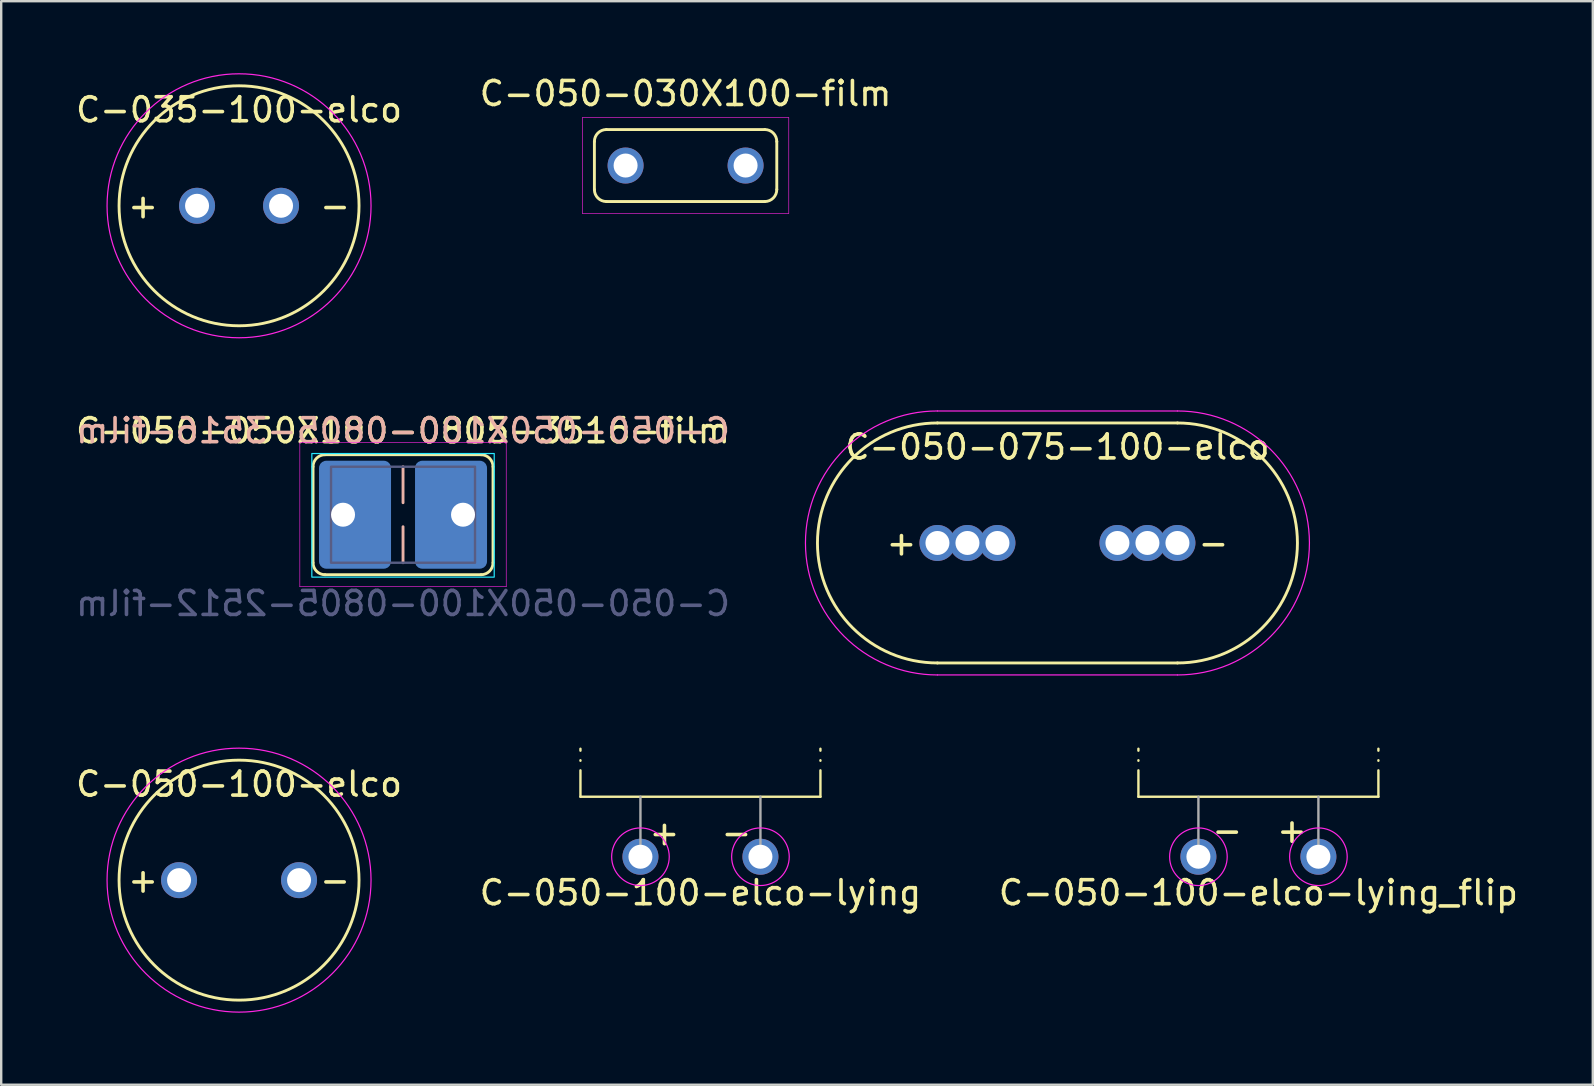
<source format=kicad_pcb>
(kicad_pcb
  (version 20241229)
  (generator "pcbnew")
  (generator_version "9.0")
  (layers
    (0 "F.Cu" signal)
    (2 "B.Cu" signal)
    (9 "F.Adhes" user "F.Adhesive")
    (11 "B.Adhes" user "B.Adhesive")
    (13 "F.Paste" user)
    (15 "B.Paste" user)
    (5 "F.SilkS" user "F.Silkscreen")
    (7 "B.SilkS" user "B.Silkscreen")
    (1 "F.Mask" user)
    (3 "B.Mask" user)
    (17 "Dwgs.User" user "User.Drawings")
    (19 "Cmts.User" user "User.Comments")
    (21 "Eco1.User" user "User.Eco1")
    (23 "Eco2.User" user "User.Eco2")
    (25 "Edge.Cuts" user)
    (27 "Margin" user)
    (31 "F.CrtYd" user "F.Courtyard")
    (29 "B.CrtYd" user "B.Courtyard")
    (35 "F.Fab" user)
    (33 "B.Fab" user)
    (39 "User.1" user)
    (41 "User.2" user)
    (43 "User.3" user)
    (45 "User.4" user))
  (footprint "C-035-100-elco"
    (layer "F.Cu")
    (at 6.911 5.525)
    (property "Reference" "C-035-100-elco" (at 0 -4 0) (unlocked yes) (layer "F.SilkS") (effects (font (size 1 1) (thickness 0.15))))
    (attr through_hole)
    (fp_circle (center 0 0) (end 5 0) (stroke (width 0.12) (type solid)) (fill no) (layer "F.SilkS"))
    (fp_circle (center 0 0) (end 5.5 0) (stroke (width 0.05) (type solid)) (fill no) (layer "F.CrtYd"))
    (fp_text user "-" (at 4 0 0) (unlocked yes) (layer "F.SilkS") (effects (font (size 1 1) (thickness 0.15))))
    (fp_text user "+" (at -4 0 0) (unlocked yes) (layer "F.SilkS") (effects (font (size 1 1) (thickness 0.15))))
    (pad "1" thru_hole circle (at -1.75 0) (size 1.5 1.5) (drill 1) (layers "*.Cu" "*.Mask"))
    (pad "2" thru_hole circle (at 1.75 0) (size 1.5 1.5) (drill 1) (layers "*.Cu" "*.Mask")))
  (footprint "C-050-100-elco-lying"
    (layer "F.Cu")
    (at 26.137 32.65)
    (property "Reference" "C-050-100-elco-lying" (at 0 1.5 0) (unlocked yes) (layer "F.SilkS") (effects (font (size 1 1) (thickness 0.15))))
    (attr through_hole)
    (fp_line (start -5 -2.5) (end -5 -4.5) (stroke (width 0.1) (type dash_dot)) (layer "F.SilkS"))
    (fp_line (start -5 -2.5) (end 5 -2.5) (stroke (width 0.1) (type default)) (layer "F.SilkS"))
    (fp_line (start 5 -2.5) (end 5 -4.5) (stroke (width 0.1) (type dash_dot)) (layer "F.SilkS"))
    (fp_circle (center -2.5 0) (end -3.7 0) (stroke (width 0.05) (type default)) (fill no) (layer "F.CrtYd"))
    (fp_circle (center 2.5 0) (end 3.7 0) (stroke (width 0.05) (type default)) (fill no) (layer "F.CrtYd"))
    (fp_line (start -2.5 0) (end -2.5 -2.5) (stroke (width 0.1) (type default)) (layer "F.Fab"))
    (fp_line (start 2.5 0) (end 2.5 -2.5) (stroke (width 0.1) (type default)) (layer "F.Fab"))
    (fp_text user "-" (at 1.5 -1 0) (unlocked yes) (layer "F.SilkS") (effects (font (size 1 1) (thickness 0.15))))
    (fp_text user "+" (at -1.5 -1 0) (unlocked yes) (layer "F.SilkS") (effects (font (size 1 1) (thickness 0.15))))
    (pad "1" thru_hole circle (at -2.5 0) (size 1.5 1.5) (drill 1) (layers "*.Cu" "*.Mask"))
    (pad "2" thru_hole circle (at 2.5 0) (size 1.5 1.5) (drill 1) (layers "*.Cu" "*.Mask")))
  (footprint "C-050-100-elco"
    (layer "F.Cu")
    (at 6.911 33.625)
    (property "Reference" "C-050-100-elco" (at 0 -4 0) (unlocked yes) (layer "F.SilkS") (effects (font (size 1 1) (thickness 0.15))))
    (attr smd)
    (fp_circle (center 0 0) (end 5 0) (stroke (width 0.12) (type solid)) (fill no) (layer "F.SilkS"))
    (fp_circle (center 0 0) (end 5.5 0) (stroke (width 0.05) (type solid)) (fill no) (layer "F.CrtYd"))
    (fp_text user "-" (at 4 0 0) (unlocked yes) (layer "F.SilkS") (effects (font (size 1 1) (thickness 0.15))))
    (fp_text user "+" (at -4 0 0) (unlocked yes) (layer "F.SilkS") (effects (font (size 1 1) (thickness 0.15))))
    (pad "1" thru_hole circle (at -2.5 0) (size 1.5 1.5) (drill 1) (layers "*.Cu" "*.Mask"))
    (pad "2" thru_hole circle (at 2.5 0) (size 1.5 1.5) (drill 1) (layers "*.Cu" "*.Mask")))
  (footprint "C-050-030X100-film"
    (layer "F.Cu")
    (at 25.518 3.848)
    (property "Reference" "C-050-030X100-film" (at 0 -3 0) (layer "F.SilkS") (effects (font (size 1 1) (thickness 0.15))))
    (attr through_hole)
    (fp_line (start -3.8 -1) (end -3.8 1) (stroke (width 0.12) (type solid)) (layer "F.SilkS"))
    (fp_line (start -3.3 1.5) (end 3.3 1.5) (stroke (width 0.12) (type solid)) (layer "F.SilkS"))
    (fp_line (start 3.3 -1.5) (end -3.3 -1.5) (stroke (width 0.12) (type solid)) (layer "F.SilkS"))
    (fp_line (start 3.8 1) (end 3.8 -1) (stroke (width 0.12) (type solid)) (layer "F.SilkS"))
    (fp_arc (start -3.8 -1) (mid -3.653553 -1.353553) (end -3.3 -1.5) (stroke (width 0.12) (type solid)) (layer "F.SilkS"))
    (fp_arc (start -3.3 1.5) (mid -3.653553 1.353553) (end -3.8 1) (stroke (width 0.12) (type solid)) (layer "F.SilkS"))
    (fp_arc (start 3.3 -1.5) (mid 3.653553 -1.353553) (end 3.8 -1) (stroke (width 0.12) (type solid)) (layer "F.SilkS"))
    (fp_arc (start 3.8 1) (mid 3.653553 1.353553) (end 3.3 1.5) (stroke (width 0.12) (type solid)) (layer "F.SilkS"))
    (fp_line (start -4.3 -2) (end -4.3 2) (stroke (width 0.025) (type solid)) (layer "F.CrtYd"))
    (fp_line (start -4.3 2) (end 4.3 2) (stroke (width 0.025) (type solid)) (layer "F.CrtYd"))
    (fp_line (start 4.3 -2) (end -4.3 -2) (stroke (width 0.025) (type solid)) (layer "F.CrtYd"))
    (fp_line (start 4.3 2) (end 4.3 -2) (stroke (width 0.025) (type solid)) (layer "F.CrtYd"))
    (pad "1" thru_hole circle (at -2.5 0) (size 1.5 1.5) (drill 1) (layers "*.Cu" "*.Mask"))
    (pad "2" thru_hole circle (at 2.5 0) (size 1.5 1.5) (drill 1) (layers "*.Cu" "*.Mask")))
  (footprint "C-050-075-100-elco"
    (layer "F.Cu")
    (at 41.013 19.575)
    (property "Reference" "C-050-075-100-elco" (at 0 -4 0) (unlocked yes) (layer "F.SilkS") (effects (font (size 1 1) (thickness 0.15))))
    (attr through_hole)
    (fp_line (start -5 -5) (end 5 -5) (stroke (width 0.12) (type solid)) (layer "F.SilkS"))
    (fp_line (start 5 5) (end -5 5) (stroke (width 0.12) (type solid)) (layer "F.SilkS"))
    (fp_arc (start -5 5) (mid -10 0) (end -5 -5) (stroke (width 0.12) (type solid)) (layer "F.SilkS"))
    (fp_arc (start 5 -5) (mid 10 0) (end 5 5) (stroke (width 0.12) (type solid)) (layer "F.SilkS"))
    (fp_line (start -5 -5.5) (end 5 -5.5) (stroke (width 0.05) (type solid)) (layer "F.CrtYd"))
    (fp_line (start 5 5.5) (end -5 5.5) (stroke (width 0.05) (type solid)) (layer "F.CrtYd"))
    (fp_arc (start -5 5.5) (mid -10.5 0) (end -5 -5.5) (stroke (width 0.05) (type solid)) (layer "F.CrtYd"))
    (fp_arc (start 5 -5.5) (mid 10.5 0) (end 5 5.5) (stroke (width 0.05) (type solid)) (layer "F.CrtYd"))
    (fp_text user "-" (at 6.5 0 0) (unlocked yes) (layer "F.SilkS") (effects (font (size 1 1) (thickness 0.15))))
    (fp_text user "+" (at -6.5 0 0) (unlocked yes) (layer "F.SilkS") (effects (font (size 1 1) (thickness 0.15))))
    (pad "1" thru_hole circle (at -5 0) (size 1.5 1.5) (drill 1) (layers "*.Cu" "*.Mask"))
    (pad "1" thru_hole circle (at -3.75 0) (size 1.5 1.5) (drill 1) (layers "*.Cu" "*.Mask"))
    (pad "1" thru_hole circle (at -2.5 0) (size 1.5 1.5) (drill 1) (layers "*.Cu" "*.Mask"))
    (pad "2" thru_hole circle (at 2.5 0) (size 1.5 1.5) (drill 1) (layers "*.Cu" "*.Mask"))
    (pad "2" thru_hole circle (at 3.75 0) (size 1.5 1.5) (drill 1) (layers "*.Cu" "*.Mask"))
    (pad "2" thru_hole circle (at 5 0) (size 1.5 1.5) (drill 1) (layers "*.Cu" "*.Mask")))
  (footprint "C-050-100-elco-lying_flip"
    (layer "F.Cu")
    (at 49.387 32.65)
    (property "Reference" "C-050-100-elco-lying_flip" (at 0 1.5 0) (unlocked yes) (layer "F.SilkS") (effects (font (size 1 1) (thickness 0.15))))
    (attr through_hole)
    (fp_line (start -5 -2.5) (end -5 -4.5) (stroke (width 0.1) (type dash_dot)) (layer "F.SilkS"))
    (fp_line (start -5 -2.5) (end 5 -2.5) (stroke (width 0.1) (type default)) (layer "F.SilkS"))
    (fp_line (start 5 -2.5) (end 5 -4.5) (stroke (width 0.1) (type dash_dot)) (layer "F.SilkS"))
    (fp_circle (center -2.5 0) (end -3.7 0) (stroke (width 0.05) (type default)) (fill no) (layer "F.CrtYd"))
    (fp_circle (center 2.5 0) (end 3.7 0) (stroke (width 0.05) (type default)) (fill no) (layer "F.CrtYd"))
    (fp_line (start -2.5 0) (end -2.5 -2.5) (stroke (width 0.1) (type default)) (layer "F.Fab"))
    (fp_line (start 2.5 0) (end 2.5 -2.5) (stroke (width 0.1) (type default)) (layer "F.Fab"))
    (fp_text user "-" (at -1.3 -1.1 0) (unlocked yes) (layer "F.SilkS") (effects (font (size 1 1) (thickness 0.15))))
    (fp_text user "+" (at 1.4 -1.1 0) (unlocked yes) (layer "F.SilkS") (effects (font (size 1 1) (thickness 0.15))))
    (pad "1" thru_hole circle (at 2.5 0) (size 1.5 1.5) (drill 1) (layers "*.Cu" "*.Mask"))
    (pad "2" thru_hole circle (at -2.5 0) (size 1.5 1.5) (drill 1) (layers "*.Cu" "*.Mask")))
  (footprint "C-050-050X100-0805-3516-film"
    (layer "F.Cu")
    (at 13.744 18.398)
    (property "Reference" "C-050-050X100-0805-3516-film" (at 0 -3.5 0) (layer "F.SilkS") (effects (font (size 1 1) (thickness 0.15))))
    (property "Value" "C-050-050X100-0805-2512-film" (at 0 3.7 0) (layer "F.Fab") (hide yes) (effects (font (size 1 1) (thickness 0.15))))
    (attr through_hole)
    (fp_line (start -3.75 -2) (end -3.75 2) (stroke (width 0.12) (type solid)) (layer "F.SilkS"))
    (fp_line (start -3.25 2.5) (end 3.25 2.5) (stroke (width 0.12) (type solid)) (layer "F.SilkS"))
    (fp_line (start 3.25 -2.5) (end -3.25 -2.5) (stroke (width 0.12) (type solid)) (layer "F.SilkS"))
    (fp_line (start 3.75 2) (end 3.75 -2) (stroke (width 0.12) (type solid)) (layer "F.SilkS"))
    (fp_arc (start -3.75 -2) (mid -3.603553 -2.353553) (end -3.25 -2.5) (stroke (width 0.12) (type solid)) (layer "F.SilkS"))
    (fp_arc (start -3.25 2.5) (mid -3.603553 2.353553) (end -3.75 2) (stroke (width 0.12) (type solid)) (layer "F.SilkS"))
    (fp_arc (start 3.25 -2.5) (mid 3.603553 -2.353553) (end 3.75 -2) (stroke (width 0.12) (type solid)) (layer "F.SilkS"))
    (fp_arc (start 3.75 2) (mid 3.603553 2.353553) (end 3.25 2.5) (stroke (width 0.12) (type solid)) (layer "F.SilkS"))
    (fp_line (start 0 -2) (end 0 -0.5) (stroke (width 0.12) (type solid)) (layer "B.SilkS"))
    (fp_line (start 0 2) (end 0 0.5) (stroke (width 0.12) (type solid)) (layer "B.SilkS"))
    (fp_rect (start -3.8 -2.55) (end 3.8 2.6) (stroke (width 0.05) (type solid)) (fill no) (layer "B.CrtYd"))
    (fp_line (start -4.3 -3) (end -4.3 3) (stroke (width 0.025) (type solid)) (layer "F.CrtYd"))
    (fp_line (start -4.3 3) (end 4.3 3) (stroke (width 0.025) (type solid)) (layer "F.CrtYd"))
    (fp_line (start 4.3 -3) (end -4.3 -3) (stroke (width 0.025) (type solid)) (layer "F.CrtYd"))
    (fp_line (start 4.3 3) (end 4.3 -3) (stroke (width 0.025) (type solid)) (layer "F.CrtYd"))
    (fp_rect (start -3 -2) (end 3 2) (stroke (width 0.1) (type solid)) (fill no) (layer "B.Fab"))
    (fp_text user "${REFERENCE}" (at 0 -3.5 0) (layer "B.SilkS") (effects (font (size 1 1) (thickness 0.15)) (justify mirror)))
    (fp_text user "${VALUE}" (at 0 3.7 0) (layer "B.Fab") (effects (font (size 1 1) (thickness 0.15)) (justify mirror)))
    (pad "1" thru_hole circle (at -2.5 0) (size 1.5 1.5) (drill 1) (layers "*.Cu" "*.Mask"))
    (pad "1" smd roundrect (at -2 0) (size 3 4.5) (layers "B.Cu" "B.Mask" "B.Paste") (roundrect_rratio 0.1))
    (pad "2" smd roundrect (at 2 0) (size 3 4.5) (layers "B.Cu" "B.Mask" "B.Paste") (roundrect_rratio 0.1))
    (pad "2" thru_hole circle (at 2.5 0) (size 1.5 1.5) (drill 1) (layers "*.Cu" "*.Mask")))
  (gr_rect
    (start -3 -3)
    (end 63.321 42.15)
    (stroke (width 0.1) (type default))
    (fill no)
    (layer "Edge.Cuts")))
</source>
